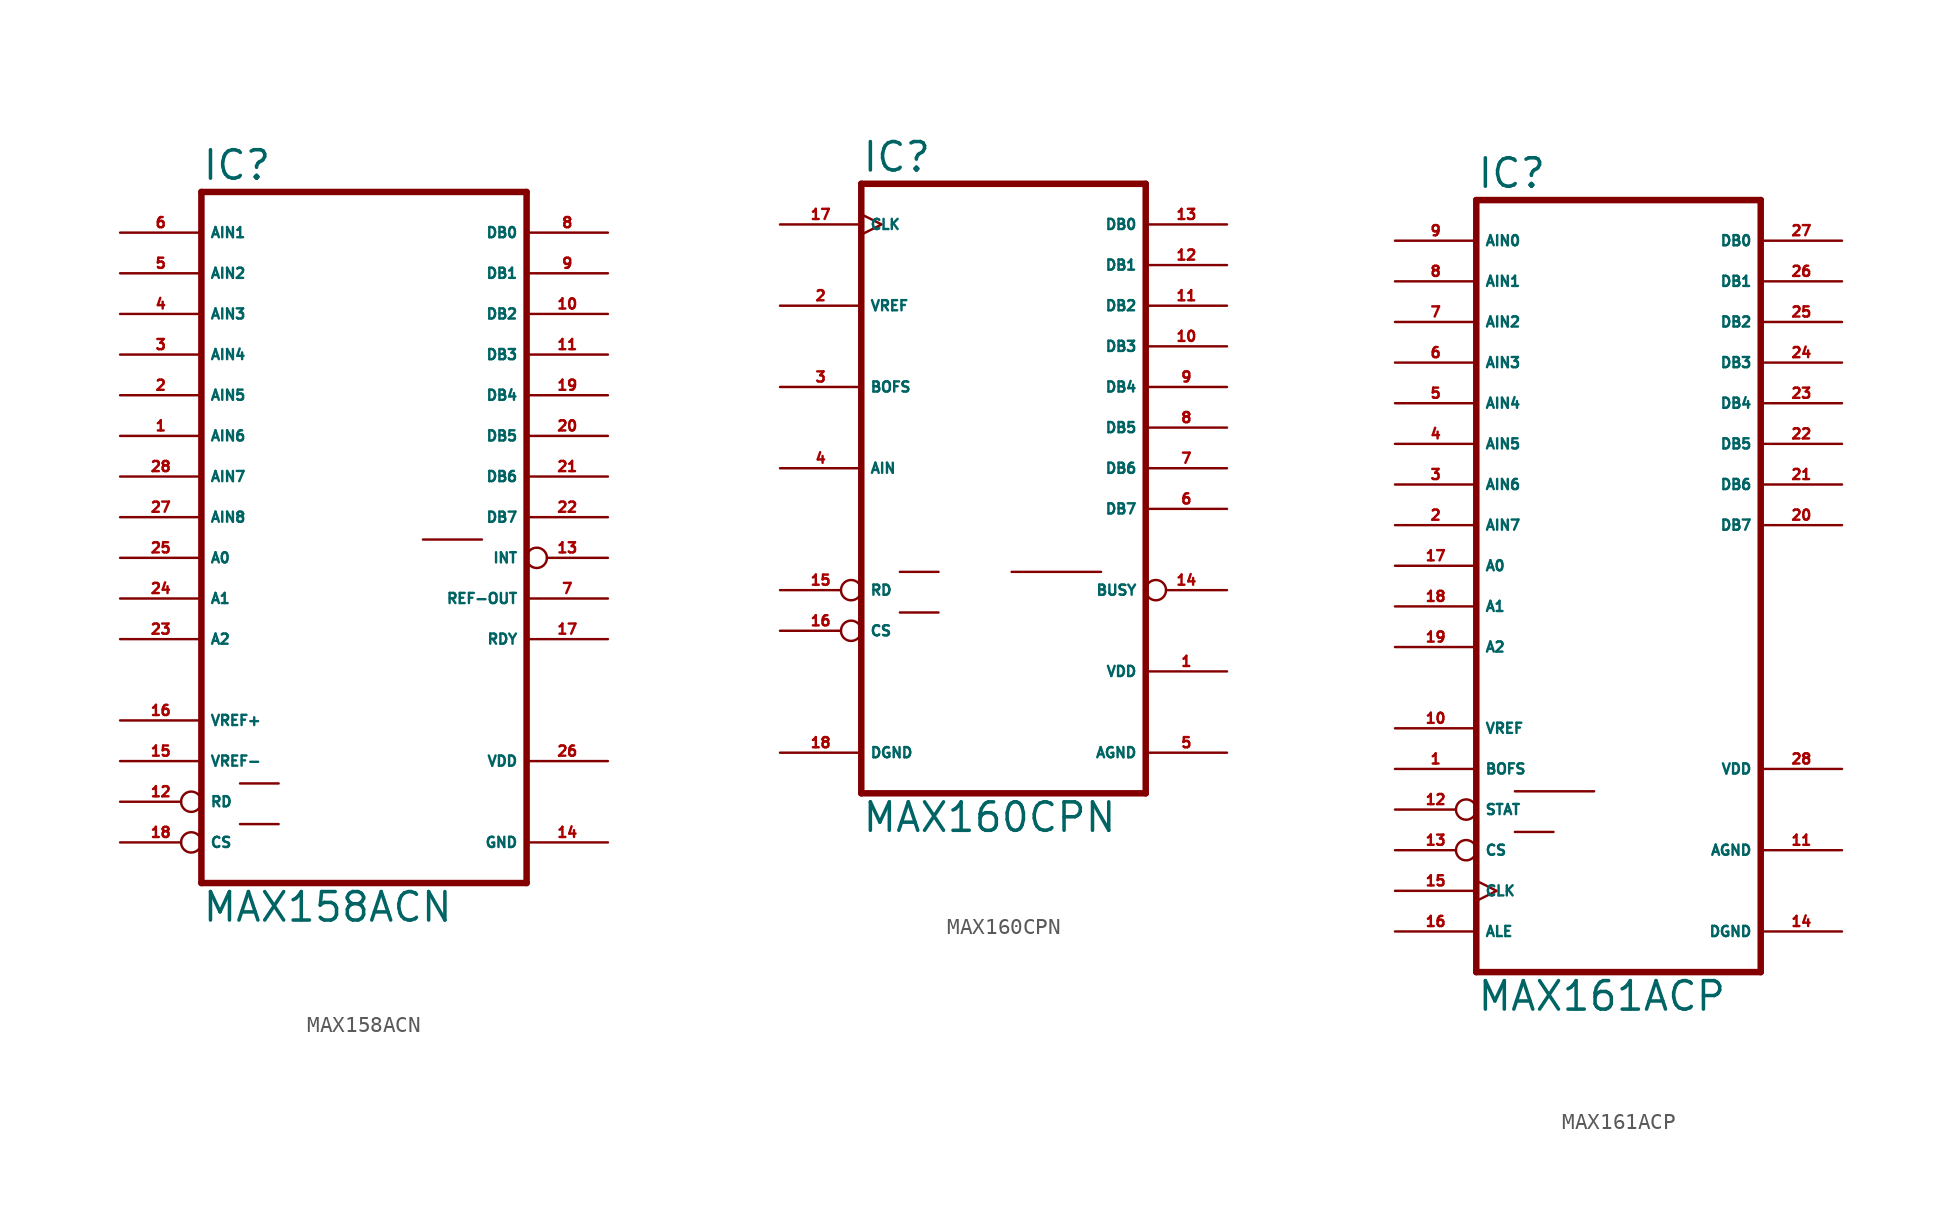
<source format=kicad_sym>
(kicad_symbol_lib
  (version 20220914)
  (generator Eagle2Kicad)
  (symbol "MAX158ACN"
    (property "Reference" "IC"
      (at -10.16 20.955 0)
      (effects (font (size 1.778 1.778) (thickness 0.22)) (justify left bottom)))
    (property "Value" "MAX158ACN"
      (at -10.16 -25.4 0)
      (effects (font (size 1.778 1.778) (thickness 0.22)) (justify left bottom)))
    (polyline
      (pts (xy -10.16 -22.86) (xy 10.16 -22.86))
      (stroke (width 0.406) (type default))
      (fill (type none)))
    (polyline
      (pts (xy 10.16 20.32) (xy 10.16 -22.86))
      (stroke (width 0.406) (type default))
      (fill (type none)))
    (polyline
      (pts (xy 10.16 20.32) (xy -10.16 20.32))
      (stroke (width 0.406) (type default))
      (fill (type none)))
    (polyline
      (pts (xy -10.16 -22.86) (xy -10.16 20.32))
      (stroke (width 0.406) (type default))
      (fill (type none)))
    (polyline
      (pts (xy 3.683 -1.397) (xy 7.366 -1.397))
      (stroke (width 0.152) (type default))
      (fill (type none)))
    (polyline
      (pts (xy -7.747 -16.637) (xy -5.334 -16.637))
      (stroke (width 0.152) (type default))
      (fill (type none)))
    (polyline
      (pts (xy -7.747 -19.177) (xy -5.334 -19.177))
      (stroke (width 0.152) (type default))
      (fill (type none)))
    (pin input line
      (at -15.24 17.78 0)
      (length 5.08)
      (name "AIN1" (effects (font (size 0.635 0.635) (thickness 0.08)) (justify left bottom)))
      (number "6" (effects (font (size 0.635 0.635) (thickness 0.08)) (justify left bottom))))
    (pin input line
      (at -15.24 15.24 0)
      (length 5.08)
      (name "AIN2" (effects (font (size 0.635 0.635) (thickness 0.08)) (justify left bottom)))
      (number "5" (effects (font (size 0.635 0.635) (thickness 0.08)) (justify left bottom))))
    (pin input line
      (at -15.24 12.7 0)
      (length 5.08)
      (name "AIN3" (effects (font (size 0.635 0.635) (thickness 0.08)) (justify left bottom)))
      (number "4" (effects (font (size 0.635 0.635) (thickness 0.08)) (justify left bottom))))
    (pin input line
      (at -15.24 10.16 0)
      (length 5.08)
      (name "AIN4" (effects (font (size 0.635 0.635) (thickness 0.08)) (justify left bottom)))
      (number "3" (effects (font (size 0.635 0.635) (thickness 0.08)) (justify left bottom))))
    (pin input inverted
      (at -15.24 -17.78 0)
      (length 5.08)
      (name "RD" (effects (font (size 0.635 0.635) (thickness 0.08)) (justify left bottom)))
      (number "12" (effects (font (size 0.635 0.635) (thickness 0.08)) (justify left bottom))))
    (pin input inverted
      (at -15.24 -20.32 0)
      (length 5.08)
      (name "CS" (effects (font (size 0.635 0.635) (thickness 0.08)) (justify left bottom)))
      (number "18" (effects (font (size 0.635 0.635) (thickness 0.08)) (justify left bottom))))
    (pin tri_state line
      (at 15.24 17.78 180)
      (length 5.08)
      (name "DB0" (effects (font (size 0.635 0.635) (thickness 0.08)) (justify left bottom)))
      (number "8" (effects (font (size 0.635 0.635) (thickness 0.08)) (justify left bottom))))
    (pin tri_state line
      (at 15.24 15.24 180)
      (length 5.08)
      (name "DB1" (effects (font (size 0.635 0.635) (thickness 0.08)) (justify left bottom)))
      (number "9" (effects (font (size 0.635 0.635) (thickness 0.08)) (justify left bottom))))
    (pin tri_state line
      (at 15.24 12.7 180)
      (length 5.08)
      (name "DB2" (effects (font (size 0.635 0.635) (thickness 0.08)) (justify left bottom)))
      (number "10" (effects (font (size 0.635 0.635) (thickness 0.08)) (justify left bottom))))
    (pin tri_state line
      (at 15.24 10.16 180)
      (length 5.08)
      (name "DB3" (effects (font (size 0.635 0.635) (thickness 0.08)) (justify left bottom)))
      (number "11" (effects (font (size 0.635 0.635) (thickness 0.08)) (justify left bottom))))
    (pin tri_state line
      (at 15.24 7.62 180)
      (length 5.08)
      (name "DB4" (effects (font (size 0.635 0.635) (thickness 0.08)) (justify left bottom)))
      (number "19" (effects (font (size 0.635 0.635) (thickness 0.08)) (justify left bottom))))
    (pin tri_state line
      (at 15.24 5.08 180)
      (length 5.08)
      (name "DB5" (effects (font (size 0.635 0.635) (thickness 0.08)) (justify left bottom)))
      (number "20" (effects (font (size 0.635 0.635) (thickness 0.08)) (justify left bottom))))
    (pin tri_state line
      (at 15.24 2.54 180)
      (length 5.08)
      (name "DB6" (effects (font (size 0.635 0.635) (thickness 0.08)) (justify left bottom)))
      (number "21" (effects (font (size 0.635 0.635) (thickness 0.08)) (justify left bottom))))
    (pin tri_state line
      (at 15.24 0 180)
      (length 5.08)
      (name "DB7" (effects (font (size 0.635 0.635) (thickness 0.08)) (justify left bottom)))
      (number "22" (effects (font (size 0.635 0.635) (thickness 0.08)) (justify left bottom))))
    (pin output line
      (at 15.24 -5.08 180)
      (length 5.08)
      (name "REF-OUT" (effects (font (size 0.635 0.635) (thickness 0.08)) (justify left bottom)))
      (number "7" (effects (font (size 0.635 0.635) (thickness 0.08)) (justify left bottom))))
    (pin output line
      (at 15.24 -7.62 180)
      (length 5.08)
      (name "RDY" (effects (font (size 0.635 0.635) (thickness 0.08)) (justify left bottom)))
      (number "17" (effects (font (size 0.635 0.635) (thickness 0.08)) (justify left bottom))))
    (pin unspecified line
      (at 15.24 -15.24 180)
      (length 5.08)
      (name "VDD" (effects (font (size 0.635 0.635) (thickness 0.08)) (justify left bottom)))
      (number "26" (effects (font (size 0.635 0.635) (thickness 0.08)) (justify left bottom))))
    (pin unspecified line
      (at 15.24 -20.32 180)
      (length 5.08)
      (name "GND" (effects (font (size 0.635 0.635) (thickness 0.08)) (justify left bottom)))
      (number "14" (effects (font (size 0.635 0.635) (thickness 0.08)) (justify left bottom))))
    (pin passive line
      (at -15.24 -12.7 0)
      (length 5.08)
      (name "VREF+" (effects (font (size 0.635 0.635) (thickness 0.08)) (justify left bottom)))
      (number "16" (effects (font (size 0.635 0.635) (thickness 0.08)) (justify left bottom))))
    (pin passive line
      (at -15.24 -15.24 0)
      (length 5.08)
      (name "VREF-" (effects (font (size 0.635 0.635) (thickness 0.08)) (justify left bottom)))
      (number "15" (effects (font (size 0.635 0.635) (thickness 0.08)) (justify left bottom))))
    (pin output inverted
      (at 15.24 -2.54 180)
      (length 5.08)
      (name "INT" (effects (font (size 0.635 0.635) (thickness 0.08)) (justify left bottom)))
      (number "13" (effects (font (size 0.635 0.635) (thickness 0.08)) (justify left bottom))))
    (pin input line
      (at -15.24 -2.54 0)
      (length 5.08)
      (name "A0" (effects (font (size 0.635 0.635) (thickness 0.08)) (justify left bottom)))
      (number "25" (effects (font (size 0.635 0.635) (thickness 0.08)) (justify left bottom))))
    (pin input line
      (at -15.24 -5.08 0)
      (length 5.08)
      (name "A1" (effects (font (size 0.635 0.635) (thickness 0.08)) (justify left bottom)))
      (number "24" (effects (font (size 0.635 0.635) (thickness 0.08)) (justify left bottom))))
    (pin input line
      (at -15.24 -7.62 0)
      (length 5.08)
      (name "A2" (effects (font (size 0.635 0.635) (thickness 0.08)) (justify left bottom)))
      (number "23" (effects (font (size 0.635 0.635) (thickness 0.08)) (justify left bottom))))
    (pin input line
      (at -15.24 7.62 0)
      (length 5.08)
      (name "AIN5" (effects (font (size 0.635 0.635) (thickness 0.08)) (justify left bottom)))
      (number "2" (effects (font (size 0.635 0.635) (thickness 0.08)) (justify left bottom))))
    (pin input line
      (at -15.24 5.08 0)
      (length 5.08)
      (name "AIN6" (effects (font (size 0.635 0.635) (thickness 0.08)) (justify left bottom)))
      (number "1" (effects (font (size 0.635 0.635) (thickness 0.08)) (justify left bottom))))
    (pin input line
      (at -15.24 2.54 0)
      (length 5.08)
      (name "AIN7" (effects (font (size 0.635 0.635) (thickness 0.08)) (justify left bottom)))
      (number "28" (effects (font (size 0.635 0.635) (thickness 0.08)) (justify left bottom))))
    (pin input line
      (at -15.24 0 0)
      (length 5.08)
      (name "AIN8" (effects (font (size 0.635 0.635) (thickness 0.08)) (justify left bottom)))
      (number "27" (effects (font (size 0.635 0.635) (thickness 0.08)) (justify left bottom)))))
  (symbol "MAX160CPN"
    (property "Reference" "IC"
      (at -10.16 20.955 0)
      (effects (font (size 1.778 1.778) (thickness 0.22)) (justify left bottom)))
    (property "Value" "MAX160CPN"
      (at -10.16 -20.32 0)
      (effects (font (size 1.778 1.778) (thickness 0.22)) (justify left bottom)))
    (polyline
      (pts (xy 7.62 -17.78) (xy -10.16 -17.78))
      (stroke (width 0.406) (type default))
      (fill (type none)))
    (polyline
      (pts (xy -10.16 20.32) (xy -10.16 -17.78))
      (stroke (width 0.406) (type default))
      (fill (type none)))
    (polyline
      (pts (xy -10.16 20.32) (xy 7.62 20.32))
      (stroke (width 0.406) (type default))
      (fill (type none)))
    (polyline
      (pts (xy 7.62 -17.78) (xy 7.62 20.32))
      (stroke (width 0.406) (type default))
      (fill (type none)))
    (polyline
      (pts (xy -0.762 -3.937) (xy 4.826 -3.937))
      (stroke (width 0.152) (type default))
      (fill (type none)))
    (polyline
      (pts (xy -7.747 -3.937) (xy -5.334 -3.937))
      (stroke (width 0.152) (type default))
      (fill (type none)))
    (polyline
      (pts (xy -7.747 -6.477) (xy -5.334 -6.477))
      (stroke (width 0.152) (type default))
      (fill (type none)))
    (pin tri_state line
      (at 12.7 17.78 180)
      (length 5.08)
      (name "DB0" (effects (font (size 0.635 0.635) (thickness 0.08)) (justify left bottom)))
      (number "13" (effects (font (size 0.635 0.635) (thickness 0.08)) (justify left bottom))))
    (pin tri_state line
      (at 12.7 15.24 180)
      (length 5.08)
      (name "DB1" (effects (font (size 0.635 0.635) (thickness 0.08)) (justify left bottom)))
      (number "12" (effects (font (size 0.635 0.635) (thickness 0.08)) (justify left bottom))))
    (pin tri_state line
      (at 12.7 12.7 180)
      (length 5.08)
      (name "DB2" (effects (font (size 0.635 0.635) (thickness 0.08)) (justify left bottom)))
      (number "11" (effects (font (size 0.635 0.635) (thickness 0.08)) (justify left bottom))))
    (pin tri_state line
      (at 12.7 10.16 180)
      (length 5.08)
      (name "DB3" (effects (font (size 0.635 0.635) (thickness 0.08)) (justify left bottom)))
      (number "10" (effects (font (size 0.635 0.635) (thickness 0.08)) (justify left bottom))))
    (pin tri_state line
      (at 12.7 7.62 180)
      (length 5.08)
      (name "DB4" (effects (font (size 0.635 0.635) (thickness 0.08)) (justify left bottom)))
      (number "9" (effects (font (size 0.635 0.635) (thickness 0.08)) (justify left bottom))))
    (pin tri_state line
      (at 12.7 5.08 180)
      (length 5.08)
      (name "DB5" (effects (font (size 0.635 0.635) (thickness 0.08)) (justify left bottom)))
      (number "8" (effects (font (size 0.635 0.635) (thickness 0.08)) (justify left bottom))))
    (pin tri_state line
      (at 12.7 2.54 180)
      (length 5.08)
      (name "DB6" (effects (font (size 0.635 0.635) (thickness 0.08)) (justify left bottom)))
      (number "7" (effects (font (size 0.635 0.635) (thickness 0.08)) (justify left bottom))))
    (pin tri_state line
      (at 12.7 0 180)
      (length 5.08)
      (name "DB7" (effects (font (size 0.635 0.635) (thickness 0.08)) (justify left bottom)))
      (number "6" (effects (font (size 0.635 0.635) (thickness 0.08)) (justify left bottom))))
    (pin input line
      (at -15.24 12.7 0)
      (length 5.08)
      (name "VREF" (effects (font (size 0.635 0.635) (thickness 0.08)) (justify left bottom)))
      (number "2" (effects (font (size 0.635 0.635) (thickness 0.08)) (justify left bottom))))
    (pin input line
      (at -15.24 7.62 0)
      (length 5.08)
      (name "BOFS" (effects (font (size 0.635 0.635) (thickness 0.08)) (justify left bottom)))
      (number "3" (effects (font (size 0.635 0.635) (thickness 0.08)) (justify left bottom))))
    (pin input line
      (at -15.24 2.54 0)
      (length 5.08)
      (name "AIN" (effects (font (size 0.635 0.635) (thickness 0.08)) (justify left bottom)))
      (number "4" (effects (font (size 0.635 0.635) (thickness 0.08)) (justify left bottom))))
    (pin output inverted
      (at 12.7 -5.08 180)
      (length 5.08)
      (name "BUSY" (effects (font (size 0.635 0.635) (thickness 0.08)) (justify left bottom)))
      (number "14" (effects (font (size 0.635 0.635) (thickness 0.08)) (justify left bottom))))
    (pin input inverted
      (at -15.24 -5.08 0)
      (length 5.08)
      (name "RD" (effects (font (size 0.635 0.635) (thickness 0.08)) (justify left bottom)))
      (number "15" (effects (font (size 0.635 0.635) (thickness 0.08)) (justify left bottom))))
    (pin input inverted
      (at -15.24 -7.62 0)
      (length 5.08)
      (name "CS" (effects (font (size 0.635 0.635) (thickness 0.08)) (justify left bottom)))
      (number "16" (effects (font (size 0.635 0.635) (thickness 0.08)) (justify left bottom))))
    (pin unspecified line
      (at 12.7 -15.24 180)
      (length 5.08)
      (name "AGND" (effects (font (size 0.635 0.635) (thickness 0.08)) (justify left bottom)))
      (number "5" (effects (font (size 0.635 0.635) (thickness 0.08)) (justify left bottom))))
    (pin unspecified line
      (at 12.7 -10.16 180)
      (length 5.08)
      (name "VDD" (effects (font (size 0.635 0.635) (thickness 0.08)) (justify left bottom)))
      (number "1" (effects (font (size 0.635 0.635) (thickness 0.08)) (justify left bottom))))
    (pin unspecified line
      (at -15.24 -15.24 0)
      (length 5.08)
      (name "DGND" (effects (font (size 0.635 0.635) (thickness 0.08)) (justify left bottom)))
      (number "18" (effects (font (size 0.635 0.635) (thickness 0.08)) (justify left bottom))))
    (pin input clock
      (at -15.24 17.78 0)
      (length 5.08)
      (name "CLK" (effects (font (size 0.635 0.635) (thickness 0.08)) (justify left bottom)))
      (number "17" (effects (font (size 0.635 0.635) (thickness 0.08)) (justify left bottom)))))
  (symbol "MAX161ACP"
    (property "Reference" "IC"
      (at -10.16 23.495 0)
      (effects (font (size 1.778 1.778) (thickness 0.22)) (justify left bottom)))
    (property "Value" "MAX161ACP"
      (at -10.16 -27.94 0)
      (effects (font (size 1.778 1.778) (thickness 0.22)) (justify left bottom)))
    (polyline
      (pts (xy -10.16 -25.4) (xy 7.62 -25.4))
      (stroke (width 0.406) (type default))
      (fill (type none)))
    (polyline
      (pts (xy 7.62 22.86) (xy 7.62 -25.4))
      (stroke (width 0.406) (type default))
      (fill (type none)))
    (polyline
      (pts (xy 7.62 22.86) (xy -10.16 22.86))
      (stroke (width 0.406) (type default))
      (fill (type none)))
    (polyline
      (pts (xy -10.16 -25.4) (xy -10.16 22.86))
      (stroke (width 0.406) (type default))
      (fill (type none)))
    (polyline
      (pts (xy -7.747 -14.097) (xy -2.794 -14.097))
      (stroke (width 0.152) (type default))
      (fill (type none)))
    (polyline
      (pts (xy -7.747 -16.637) (xy -5.334 -16.637))
      (stroke (width 0.152) (type default))
      (fill (type none)))
    (pin input line
      (at -15.24 20.32 0)
      (length 5.08)
      (name "AIN0" (effects (font (size 0.635 0.635) (thickness 0.08)) (justify left bottom)))
      (number "9" (effects (font (size 0.635 0.635) (thickness 0.08)) (justify left bottom))))
    (pin input line
      (at -15.24 17.78 0)
      (length 5.08)
      (name "AIN1" (effects (font (size 0.635 0.635) (thickness 0.08)) (justify left bottom)))
      (number "8" (effects (font (size 0.635 0.635) (thickness 0.08)) (justify left bottom))))
    (pin input line
      (at -15.24 15.24 0)
      (length 5.08)
      (name "AIN2" (effects (font (size 0.635 0.635) (thickness 0.08)) (justify left bottom)))
      (number "7" (effects (font (size 0.635 0.635) (thickness 0.08)) (justify left bottom))))
    (pin input line
      (at -15.24 12.7 0)
      (length 5.08)
      (name "AIN3" (effects (font (size 0.635 0.635) (thickness 0.08)) (justify left bottom)))
      (number "6" (effects (font (size 0.635 0.635) (thickness 0.08)) (justify left bottom))))
    (pin input line
      (at -15.24 10.16 0)
      (length 5.08)
      (name "AIN4" (effects (font (size 0.635 0.635) (thickness 0.08)) (justify left bottom)))
      (number "5" (effects (font (size 0.635 0.635) (thickness 0.08)) (justify left bottom))))
    (pin input line
      (at -15.24 7.62 0)
      (length 5.08)
      (name "AIN5" (effects (font (size 0.635 0.635) (thickness 0.08)) (justify left bottom)))
      (number "4" (effects (font (size 0.635 0.635) (thickness 0.08)) (justify left bottom))))
    (pin input line
      (at -15.24 5.08 0)
      (length 5.08)
      (name "AIN6" (effects (font (size 0.635 0.635) (thickness 0.08)) (justify left bottom)))
      (number "3" (effects (font (size 0.635 0.635) (thickness 0.08)) (justify left bottom))))
    (pin input line
      (at -15.24 2.54 0)
      (length 5.08)
      (name "AIN7" (effects (font (size 0.635 0.635) (thickness 0.08)) (justify left bottom)))
      (number "2" (effects (font (size 0.635 0.635) (thickness 0.08)) (justify left bottom))))
    (pin tri_state line
      (at 12.7 20.32 180)
      (length 5.08)
      (name "DB0" (effects (font (size 0.635 0.635) (thickness 0.08)) (justify left bottom)))
      (number "27" (effects (font (size 0.635 0.635) (thickness 0.08)) (justify left bottom))))
    (pin tri_state line
      (at 12.7 17.78 180)
      (length 5.08)
      (name "DB1" (effects (font (size 0.635 0.635) (thickness 0.08)) (justify left bottom)))
      (number "26" (effects (font (size 0.635 0.635) (thickness 0.08)) (justify left bottom))))
    (pin tri_state line
      (at 12.7 15.24 180)
      (length 5.08)
      (name "DB2" (effects (font (size 0.635 0.635) (thickness 0.08)) (justify left bottom)))
      (number "25" (effects (font (size 0.635 0.635) (thickness 0.08)) (justify left bottom))))
    (pin tri_state line
      (at 12.7 12.7 180)
      (length 5.08)
      (name "DB3" (effects (font (size 0.635 0.635) (thickness 0.08)) (justify left bottom)))
      (number "24" (effects (font (size 0.635 0.635) (thickness 0.08)) (justify left bottom))))
    (pin tri_state line
      (at 12.7 10.16 180)
      (length 5.08)
      (name "DB4" (effects (font (size 0.635 0.635) (thickness 0.08)) (justify left bottom)))
      (number "23" (effects (font (size 0.635 0.635) (thickness 0.08)) (justify left bottom))))
    (pin tri_state line
      (at 12.7 7.62 180)
      (length 5.08)
      (name "DB5" (effects (font (size 0.635 0.635) (thickness 0.08)) (justify left bottom)))
      (number "22" (effects (font (size 0.635 0.635) (thickness 0.08)) (justify left bottom))))
    (pin tri_state line
      (at 12.7 5.08 180)
      (length 5.08)
      (name "DB6" (effects (font (size 0.635 0.635) (thickness 0.08)) (justify left bottom)))
      (number "21" (effects (font (size 0.635 0.635) (thickness 0.08)) (justify left bottom))))
    (pin tri_state line
      (at 12.7 2.54 180)
      (length 5.08)
      (name "DB7" (effects (font (size 0.635 0.635) (thickness 0.08)) (justify left bottom)))
      (number "20" (effects (font (size 0.635 0.635) (thickness 0.08)) (justify left bottom))))
    (pin passive line
      (at -15.24 -10.16 0)
      (length 5.08)
      (name "VREF" (effects (font (size 0.635 0.635) (thickness 0.08)) (justify left bottom)))
      (number "10" (effects (font (size 0.635 0.635) (thickness 0.08)) (justify left bottom))))
    (pin unspecified line
      (at 12.7 -17.78 180)
      (length 5.08)
      (name "AGND" (effects (font (size 0.635 0.635) (thickness 0.08)) (justify left bottom)))
      (number "11" (effects (font (size 0.635 0.635) (thickness 0.08)) (justify left bottom))))
    (pin input line
      (at -15.24 -12.7 0)
      (length 5.08)
      (name "BOFS" (effects (font (size 0.635 0.635) (thickness 0.08)) (justify left bottom)))
      (number "1" (effects (font (size 0.635 0.635) (thickness 0.08)) (justify left bottom))))
    (pin input inverted
      (at -15.24 -15.24 0)
      (length 5.08)
      (name "STAT" (effects (font (size 0.635 0.635) (thickness 0.08)) (justify left bottom)))
      (number "12" (effects (font (size 0.635 0.635) (thickness 0.08)) (justify left bottom))))
    (pin input inverted
      (at -15.24 -17.78 0)
      (length 5.08)
      (name "CS" (effects (font (size 0.635 0.635) (thickness 0.08)) (justify left bottom)))
      (number "13" (effects (font (size 0.635 0.635) (thickness 0.08)) (justify left bottom))))
    (pin input clock
      (at -15.24 -20.32 0)
      (length 5.08)
      (name "CLK" (effects (font (size 0.635 0.635) (thickness 0.08)) (justify left bottom)))
      (number "15" (effects (font (size 0.635 0.635) (thickness 0.08)) (justify left bottom))))
    (pin input line
      (at -15.24 -22.86 0)
      (length 5.08)
      (name "ALE" (effects (font (size 0.635 0.635) (thickness 0.08)) (justify left bottom)))
      (number "16" (effects (font (size 0.635 0.635) (thickness 0.08)) (justify left bottom))))
    (pin input line
      (at -15.24 0 0)
      (length 5.08)
      (name "A0" (effects (font (size 0.635 0.635) (thickness 0.08)) (justify left bottom)))
      (number "17" (effects (font (size 0.635 0.635) (thickness 0.08)) (justify left bottom))))
    (pin input line
      (at -15.24 -2.54 0)
      (length 5.08)
      (name "A1" (effects (font (size 0.635 0.635) (thickness 0.08)) (justify left bottom)))
      (number "18" (effects (font (size 0.635 0.635) (thickness 0.08)) (justify left bottom))))
    (pin unspecified line
      (at 12.7 -12.7 180)
      (length 5.08)
      (name "VDD" (effects (font (size 0.635 0.635) (thickness 0.08)) (justify left bottom)))
      (number "28" (effects (font (size 0.635 0.635) (thickness 0.08)) (justify left bottom))))
    (pin unspecified line
      (at 12.7 -22.86 180)
      (length 5.08)
      (name "DGND" (effects (font (size 0.635 0.635) (thickness 0.08)) (justify left bottom)))
      (number "14" (effects (font (size 0.635 0.635) (thickness 0.08)) (justify left bottom))))
    (pin input line
      (at -15.24 -5.08 0)
      (length 5.08)
      (name "A2" (effects (font (size 0.635 0.635) (thickness 0.08)) (justify left bottom)))
      (number "19" (effects (font (size 0.635 0.635) (thickness 0.08)) (justify left bottom))))))
</source>
